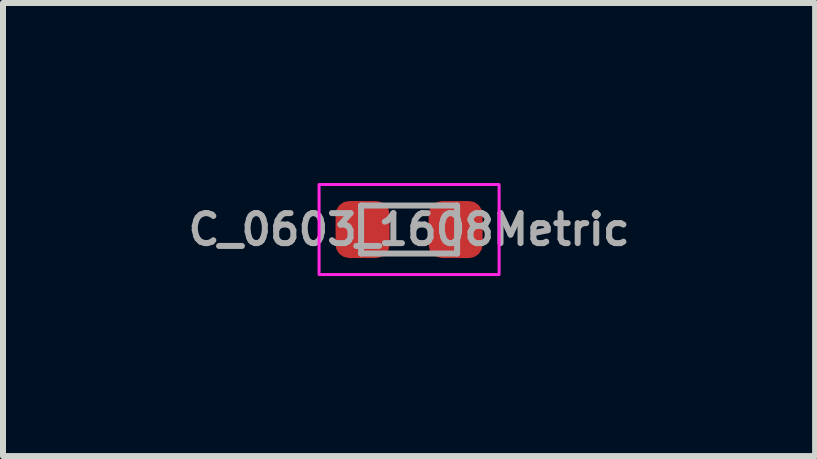
<source format=kicad_pcb>
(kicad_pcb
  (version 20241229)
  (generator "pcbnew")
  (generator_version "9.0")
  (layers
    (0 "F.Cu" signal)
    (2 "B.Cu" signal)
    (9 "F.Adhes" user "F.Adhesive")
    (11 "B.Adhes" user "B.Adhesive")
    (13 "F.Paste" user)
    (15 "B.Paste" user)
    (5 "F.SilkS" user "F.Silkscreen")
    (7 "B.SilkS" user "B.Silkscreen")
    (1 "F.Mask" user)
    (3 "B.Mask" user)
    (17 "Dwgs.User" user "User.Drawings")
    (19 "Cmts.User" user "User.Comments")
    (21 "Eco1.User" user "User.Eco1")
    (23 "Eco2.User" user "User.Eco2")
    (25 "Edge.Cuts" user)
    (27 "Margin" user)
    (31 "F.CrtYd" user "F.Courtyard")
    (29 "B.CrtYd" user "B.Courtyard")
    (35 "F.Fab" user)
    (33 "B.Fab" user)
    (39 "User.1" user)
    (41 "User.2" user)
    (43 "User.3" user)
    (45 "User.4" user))
  (footprint "C_0603_1608Metric"
    (layer "F.Cu")
    (at 3.767 0.775)
    (property "Reference" "C_0603_1608Metric" (at 0 0 0) (layer "F.Fab") (effects (font (size 0.5 0.5) (thickness 0.1) (bold yes))))
    (attr smd)
    (fp_rect (start -1.5 -0.75) (end 1.5 0.75) (stroke (width 0.05) (type default)) (fill no) (layer "F.CrtYd"))
    (fp_line (start -0.8 -0.4) (end 0.8 -0.4) (stroke (width 0.1) (type solid)) (layer "F.Fab"))
    (fp_line (start -0.8 0.4) (end -0.8 -0.4) (stroke (width 0.1) (type solid)) (layer "F.Fab"))
    (fp_line (start 0.8 -0.4) (end 0.8 0.4) (stroke (width 0.1) (type solid)) (layer "F.Fab"))
    (fp_line (start 0.8 0.4) (end -0.8 0.4) (stroke (width 0.1) (type solid)) (layer "F.Fab"))
    (pad "1" smd roundrect (at -0.775 0) (size 0.9 0.95) (layers "F.Cu" "F.Mask" "F.Paste") (roundrect_rratio 0.25))
    (pad "2" smd roundrect (at 0.775 0) (size 0.9 0.95) (layers "F.Cu" "F.Mask" "F.Paste") (roundrect_rratio 0.25)))
  (gr_rect
    (start -3 -3)
    (end 10.533 4.55)
    (stroke (width 0.1) (type default))
    (fill no)
    (layer "Edge.Cuts")))
</source>
